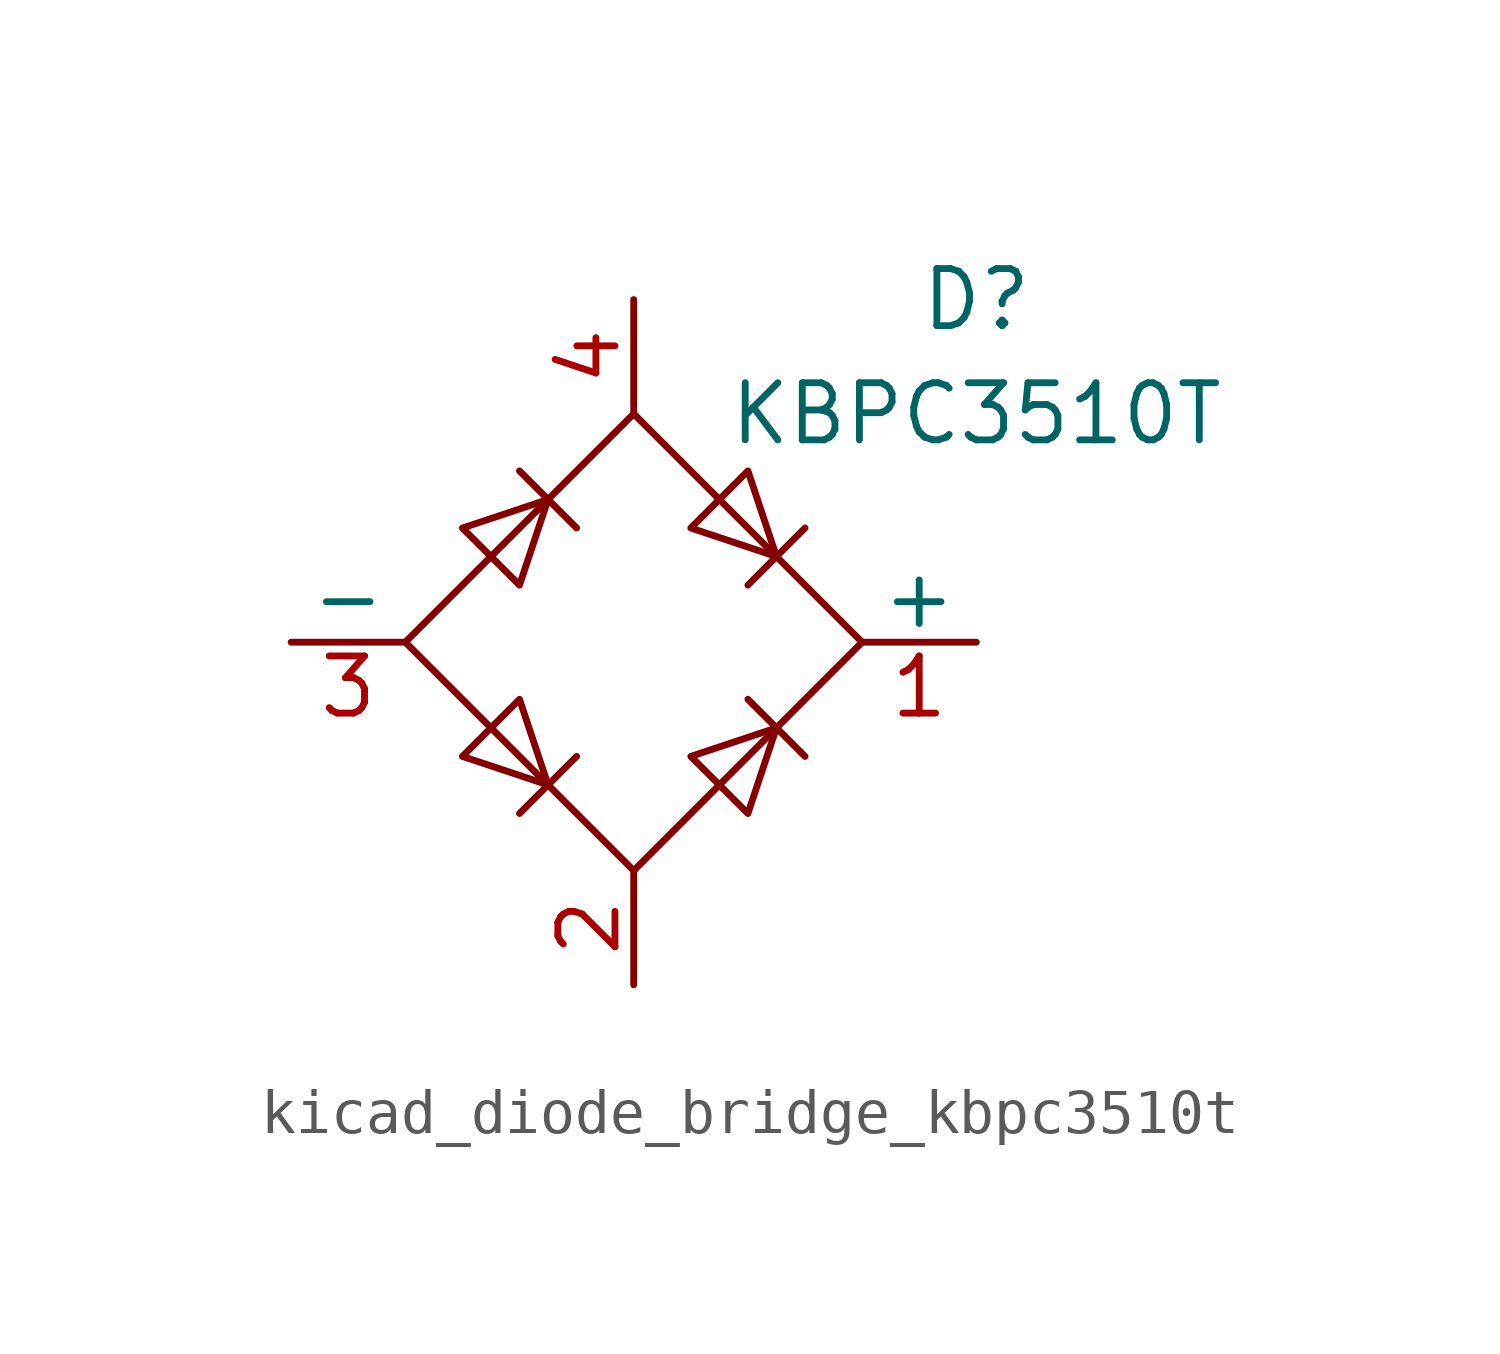
<source format=kicad_sym>
(kicad_symbol_lib
  (version 20220914)
  (generator kicad_symbol_editor)
  (symbol "kicad_diode_bridge_kbpc3510t"
    (pin_names
      (offset 0))
    (property "Reference" "D"
      (at 7.62 7.62 0)
      (effects (font (size 1.27 1.27))))
    (property "Value" "KBPC3510T"
      (at 7.62 5.08 0)
      (effects (font (size 1.27 1.27))))
    (symbol "kicad_diode_bridge_kbpc3510t_0_1"
      (polyline (pts (xy -2.54 3.81) (xy -1.27 2.54)) (stroke (width 0) (type default)) (fill (type none)))
      (polyline (pts (xy -1.27 -2.54) (xy -2.54 -3.81)) (stroke (width 0) (type default)) (fill (type none)))
      (polyline (pts (xy 2.54 -1.27) (xy 3.81 -2.54)) (stroke (width 0) (type default)) (fill (type none)))
      (polyline (pts (xy 2.54 1.27) (xy 3.81 2.54)) (stroke (width 0) (type default)) (fill (type none)))
      (polyline (pts (xy -3.81 2.54) (xy -2.54 1.27) (xy -1.905 3.175) (xy -3.81 2.54)) (stroke (width 0) (type default)) (fill (type none)))
      (polyline (pts (xy -2.54 -1.27) (xy -3.81 -2.54) (xy -1.905 -3.175) (xy -2.54 -1.27)) (stroke (width 0) (type default)) (fill (type none)))
      (polyline (pts (xy 1.27 2.54) (xy 2.54 3.81) (xy 3.175 1.905) (xy 1.27 2.54)) (stroke (width 0) (type default)) (fill (type none)))
      (polyline (pts (xy 3.175 -1.905) (xy 1.27 -2.54) (xy 2.54 -3.81) (xy 3.175 -1.905)) (stroke (width 0) (type default)) (fill (type none)))
      (polyline (pts (xy -5.08 0) (xy 0 -5.08) (xy 5.08 0) (xy 0 5.08) (xy -5.08 0)) (stroke (width 0) (type default)) (fill (type none))))
    (symbol "kicad_diode_bridge_kbpc3510t_1_1"
      (pin passive line (at 7.62 0 180) (length 2.54) (name "+" (effects (font (size 1.27 1.27)))) (number "1" (effects (font (size 1.27 1.27)))))
      (pin passive line (at 0 -7.62 90) (length 2.54) (name "~" (effects (font (size 1.27 1.27)))) (number "2" (effects (font (size 1.27 1.27)))))
      (pin passive line (at -7.62 0 0) (length 2.54) (name "-" (effects (font (size 1.27 1.27)))) (number "3" (effects (font (size 1.27 1.27)))))
      (pin passive line (at 0 7.62 270) (length 2.54) (name "~" (effects (font (size 1.27 1.27)))) (number "4" (effects (font (size 1.27 1.27))))))))
</source>
